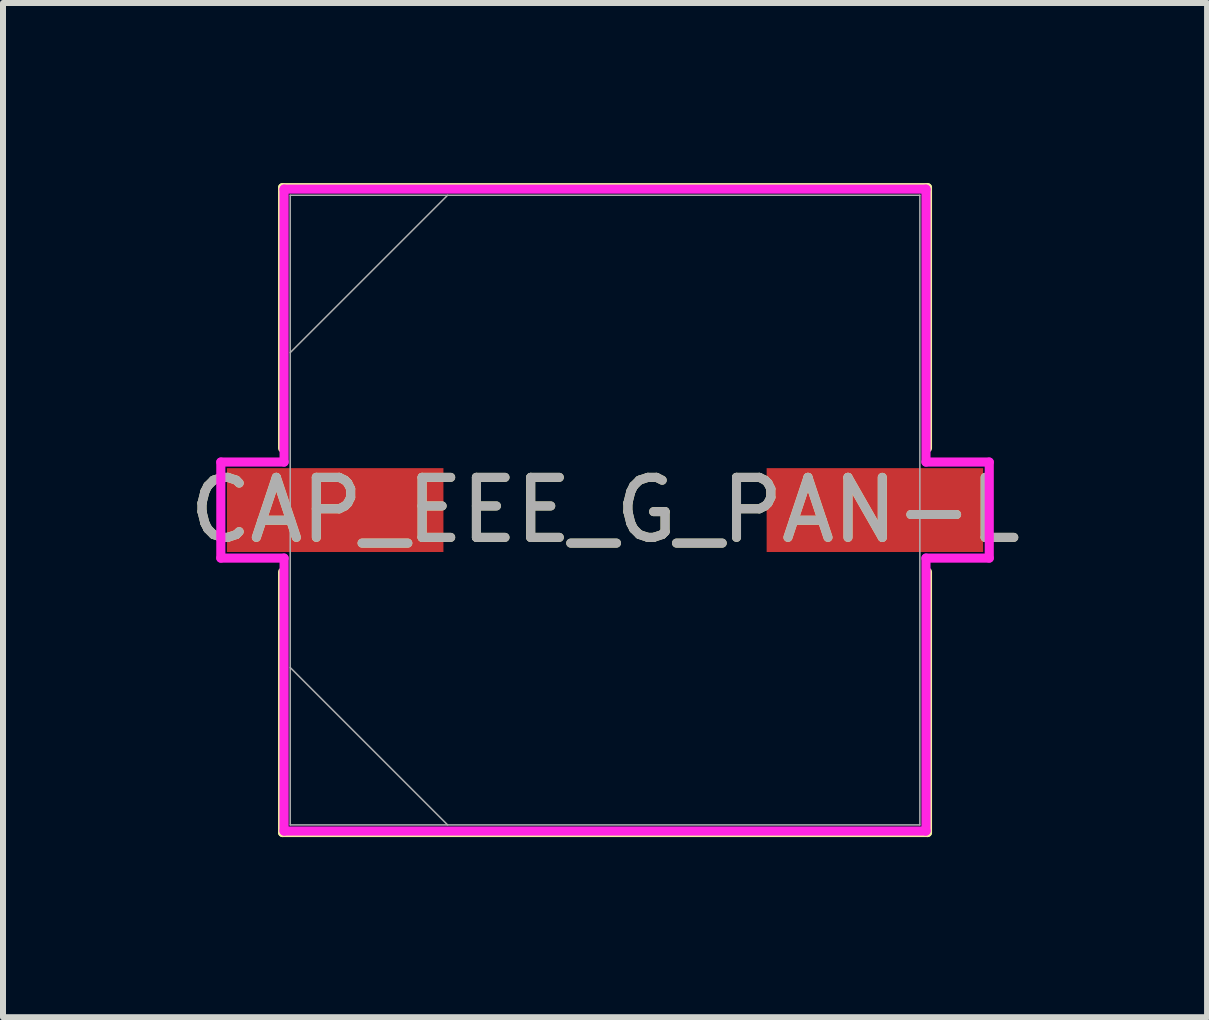
<source format=kicad_pcb>
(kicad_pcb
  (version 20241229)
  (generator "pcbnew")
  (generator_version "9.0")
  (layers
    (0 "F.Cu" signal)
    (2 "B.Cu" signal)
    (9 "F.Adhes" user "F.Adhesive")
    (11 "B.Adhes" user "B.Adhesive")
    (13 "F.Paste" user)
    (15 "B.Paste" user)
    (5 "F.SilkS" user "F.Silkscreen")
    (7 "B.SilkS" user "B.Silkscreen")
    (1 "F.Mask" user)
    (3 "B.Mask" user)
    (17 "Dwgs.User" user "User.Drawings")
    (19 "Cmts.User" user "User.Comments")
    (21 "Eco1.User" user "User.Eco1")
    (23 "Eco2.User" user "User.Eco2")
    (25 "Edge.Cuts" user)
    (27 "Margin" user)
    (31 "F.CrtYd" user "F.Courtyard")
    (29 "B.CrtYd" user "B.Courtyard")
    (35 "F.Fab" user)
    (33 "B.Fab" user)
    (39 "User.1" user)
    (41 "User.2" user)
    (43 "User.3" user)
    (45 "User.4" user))
  (footprint "CAP_EEE_G_PAN-L"
    (layer "F.Cu")
    (at 7.03 5.448)
    (property "Reference" "CAP_EEE_G_PAN-L" (at 0 0 0) (unlocked yes) (layer "F.SilkS") (effects (font (size 1 1) (thickness 0.15))))
    (attr smd)
    (fp_line (start -5.372 -5.372) (end -5.372 -1.031) (stroke (width 0.152) (type solid)) (layer "F.SilkS"))
    (fp_line (start -5.372 1.031) (end -5.372 5.372) (stroke (width 0.152) (type solid)) (layer "F.SilkS"))
    (fp_line (start -5.372 5.372) (end 5.372 5.372) (stroke (width 0.152) (type solid)) (layer "F.SilkS"))
    (fp_line (start 5.372 -5.372) (end -5.372 -5.372) (stroke (width 0.152) (type solid)) (layer "F.SilkS"))
    (fp_line (start 5.372 -1.031) (end 5.372 -5.372) (stroke (width 0.152) (type solid)) (layer "F.SilkS"))
    (fp_line (start 5.372 5.372) (end 5.372 1.031) (stroke (width 0.152) (type solid)) (layer "F.SilkS"))
    (fp_line (start -6.401 -0.8) (end -5.347 -0.8) (stroke (width 0.152) (type solid)) (layer "F.CrtYd"))
    (fp_line (start -6.401 0.8) (end -6.401 -0.8) (stroke (width 0.152) (type solid)) (layer "F.CrtYd"))
    (fp_line (start -5.347 -5.347) (end 5.347 -5.347) (stroke (width 0.152) (type solid)) (layer "F.CrtYd"))
    (fp_line (start -5.347 -0.8) (end -5.347 -5.347) (stroke (width 0.152) (type solid)) (layer "F.CrtYd"))
    (fp_line (start -5.347 0.8) (end -6.401 0.8) (stroke (width 0.152) (type solid)) (layer "F.CrtYd"))
    (fp_line (start -5.347 5.347) (end -5.347 0.8) (stroke (width 0.152) (type solid)) (layer "F.CrtYd"))
    (fp_line (start 5.347 -5.347) (end 5.347 -0.8) (stroke (width 0.152) (type solid)) (layer "F.CrtYd"))
    (fp_line (start 5.347 -0.8) (end 6.401 -0.8) (stroke (width 0.152) (type solid)) (layer "F.CrtYd"))
    (fp_line (start 5.347 0.8) (end 5.347 5.347) (stroke (width 0.152) (type solid)) (layer "F.CrtYd"))
    (fp_line (start 5.347 5.347) (end -5.347 5.347) (stroke (width 0.152) (type solid)) (layer "F.CrtYd"))
    (fp_line (start 6.401 -0.8) (end 6.401 0.8) (stroke (width 0.152) (type solid)) (layer "F.CrtYd"))
    (fp_line (start 6.401 0.8) (end 5.347 0.8) (stroke (width 0.152) (type solid)) (layer "F.CrtYd"))
    (fp_line (start -5.245 -5.245) (end -5.245 5.245) (stroke (width 0.025) (type solid)) (layer "F.Fab"))
    (fp_line (start -5.245 -2.623) (end -2.623 -5.245) (stroke (width 0.025) (type solid)) (layer "F.Fab"))
    (fp_line (start -5.245 2.623) (end -2.623 5.245) (stroke (width 0.025) (type solid)) (layer "F.Fab"))
    (fp_line (start -5.245 5.245) (end 5.245 5.245) (stroke (width 0.025) (type solid)) (layer "F.Fab"))
    (fp_line (start 5.245 -5.245) (end -5.245 -5.245) (stroke (width 0.025) (type solid)) (layer "F.Fab"))
    (fp_line (start 5.245 5.245) (end 5.245 -5.245) (stroke (width 0.025) (type solid)) (layer "F.Fab"))
    (fp_text user "${REFERENCE}" (at 0 0 0) (unlocked yes) (layer "F.Fab") (effects (font (size 1 1) (thickness 0.15))))
    (pad "1" smd rect (at -4.496 0) (size 3.607 1.397) (layers "F.Cu" "F.Mask" "F.Paste"))
    (pad "2" smd rect (at 4.496 0) (size 3.607 1.397) (layers "F.Cu" "F.Mask" "F.Paste"))
    (zone (net_name "") (layer "F.Cu") (hatch full 0.508) (connect_pads) (min_thickness 0.254) (filled_areas_thickness no) (keepout (tracks not_allowed) (vias not_allowed) (pads allowed) (copperpour not_allowed) (footprints allowed)) (placement (enabled no)) (fill) (polygon (pts (xy 1.835 0.254) (xy 12.224 0.254) (xy 12.224 4.699) (xy 1.835 4.699))))
    (zone (net_name "") (layer "F.Cu") (hatch full 0.508) (connect_pads) (min_thickness 0.254) (filled_areas_thickness no) (keepout (tracks not_allowed) (vias not_allowed) (pads allowed) (copperpour not_allowed) (footprints allowed)) (placement (enabled no)) (fill) (polygon (pts (xy 1.835 6.198) (xy 12.224 6.198) (xy 12.224 10.643) (xy 1.835 10.643))))
    (zone (net_name "") (layer "F.Cu") (hatch full 0.508) (connect_pads) (min_thickness 0.254) (filled_areas_thickness no) (keepout (tracks not_allowed) (vias not_allowed) (pads allowed) (copperpour not_allowed) (footprints allowed)) (placement (enabled no)) (fill) (polygon (pts (xy 4.388 4.699) (xy 9.671 4.699) (xy 9.671 6.198) (xy 4.388 6.198)))))
  (gr_rect
    (start -3 -3)
    (end 17.06 13.897)
    (stroke (width 0.1) (type default))
    (fill no)
    (layer "Edge.Cuts")))
</source>
